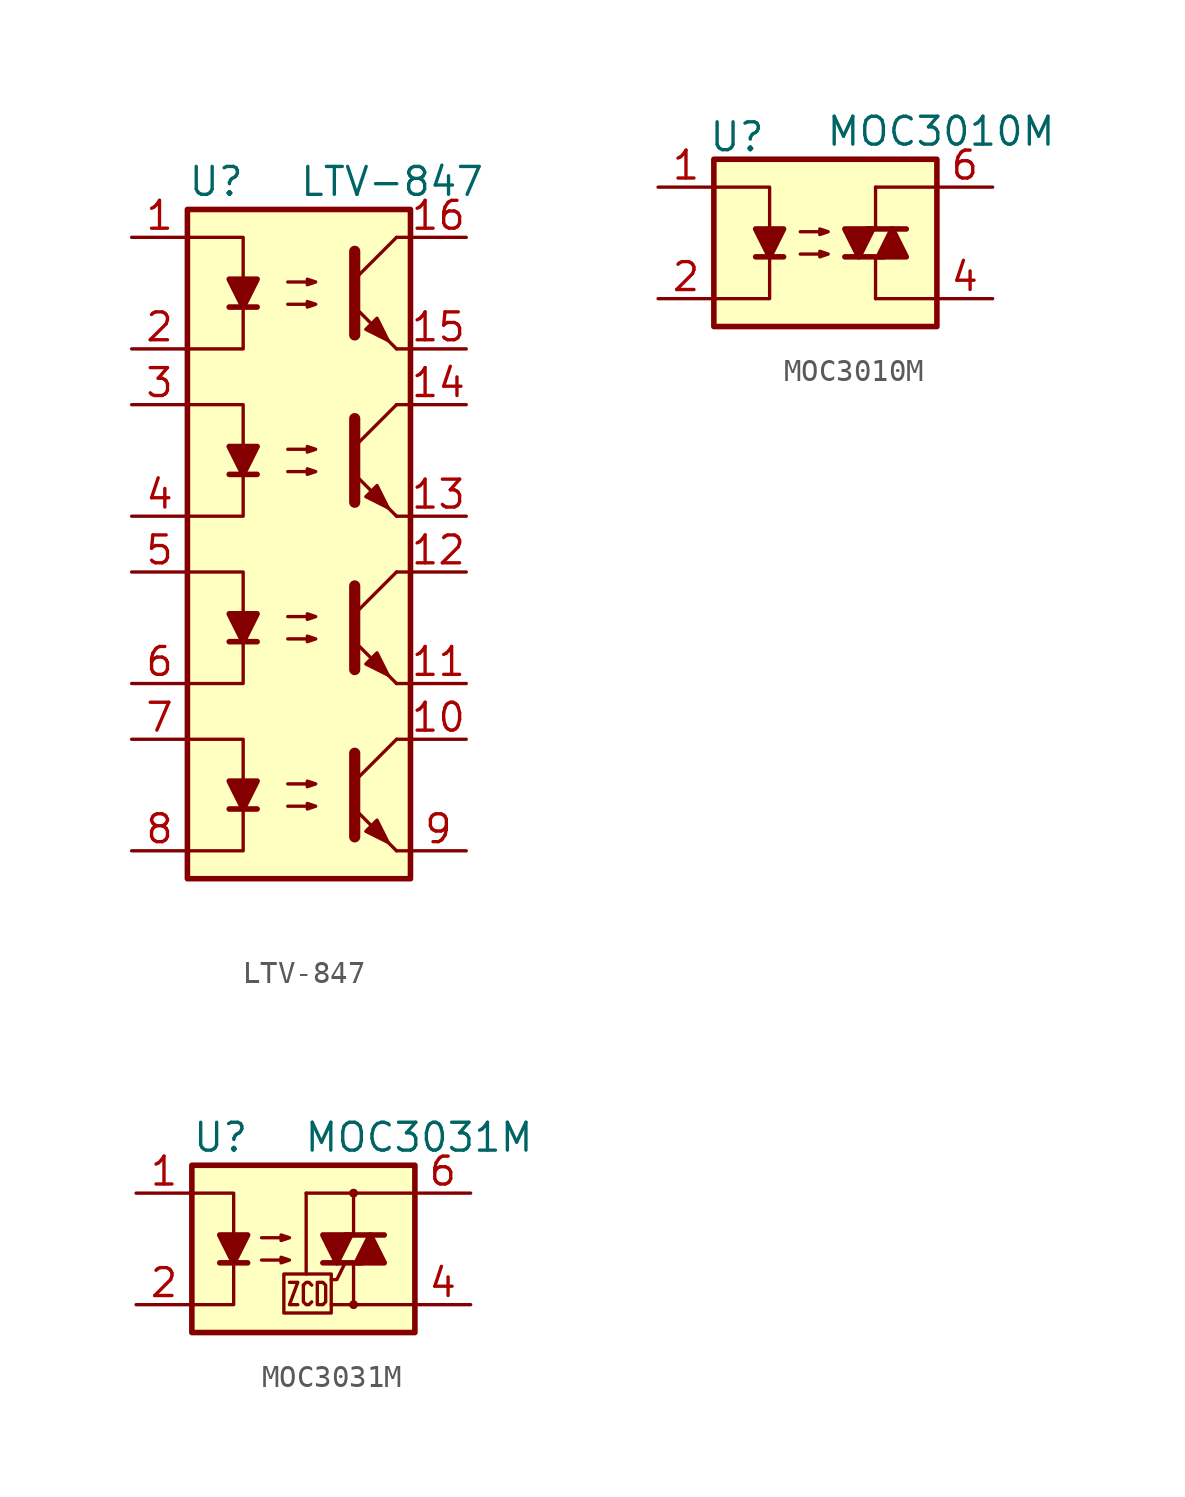
<source format=kicad_sym>
(kicad_symbol_lib
  (version 20211014)
  (generator kicad_symbol_editor)
  (symbol "LTV-847"
    (pin_names
      (offset 1.016))
    (property "Reference" "U"
      (at -5.08 17.78 0)
      (effects (font (size 1.27 1.27)) (justify left)))
    (property "Value" "LTV-847"
      (at 0 17.78 0)
      (effects (font (size 1.27 1.27)) (justify left)))
    (symbol "LTV-847_0_1"
      (rectangle (start -5.08 16.51) (end 5.08 -13.97) (stroke (width 0.254) (type default) (color 0 0 0 0)) (fill (type background)))
      (polyline (pts (xy -3.175 -10.795) (xy -1.905 -10.795)) (stroke (width 0.254) (type default) (color 0 0 0 0)) (fill (type none)))
      (polyline (pts (xy -3.175 -3.175) (xy -1.905 -3.175)) (stroke (width 0.254) (type default) (color 0 0 0 0)) (fill (type none)))
      (polyline (pts (xy -3.175 4.445) (xy -1.905 4.445)) (stroke (width 0.254) (type default) (color 0 0 0 0)) (fill (type none)))
      (polyline (pts (xy -3.175 12.065) (xy -1.905 12.065)) (stroke (width 0.254) (type default) (color 0 0 0 0)) (fill (type none)))
      (polyline (pts (xy 2.54 -9.525) (xy 4.445 -7.62)) (stroke (width 0) (type default) (color 0 0 0 0)) (fill (type none)))
      (polyline (pts (xy 2.54 -1.905) (xy 4.445 0)) (stroke (width 0) (type default) (color 0 0 0 0)) (fill (type none)))
      (polyline (pts (xy 2.54 5.715) (xy 4.445 7.62)) (stroke (width 0) (type default) (color 0 0 0 0)) (fill (type none)))
      (polyline (pts (xy 2.54 13.335) (xy 4.445 15.24)) (stroke (width 0) (type default) (color 0 0 0 0)) (fill (type none)))
      (polyline (pts (xy 4.445 -12.7) (xy 2.54 -10.795)) (stroke (width 0) (type default) (color 0 0 0 0)) (fill (type outline)))
      (polyline (pts (xy 4.445 -12.7) (xy 5.08 -12.7)) (stroke (width 0) (type default) (color 0 0 0 0)) (fill (type none)))
      (polyline (pts (xy 4.445 -7.62) (xy 5.08 -7.62)) (stroke (width 0) (type default) (color 0 0 0 0)) (fill (type none)))
      (polyline (pts (xy 4.445 -5.08) (xy 2.54 -3.175)) (stroke (width 0) (type default) (color 0 0 0 0)) (fill (type outline)))
      (polyline (pts (xy 4.445 -5.08) (xy 5.08 -5.08)) (stroke (width 0) (type default) (color 0 0 0 0)) (fill (type none)))
      (polyline (pts (xy 4.445 0) (xy 5.08 0)) (stroke (width 0) (type default) (color 0 0 0 0)) (fill (type none)))
      (polyline (pts (xy 4.445 2.54) (xy 2.54 4.445)) (stroke (width 0) (type default) (color 0 0 0 0)) (fill (type outline)))
      (polyline (pts (xy 4.445 2.54) (xy 5.08 2.54)) (stroke (width 0) (type default) (color 0 0 0 0)) (fill (type none)))
      (polyline (pts (xy 4.445 7.62) (xy 5.08 7.62)) (stroke (width 0) (type default) (color 0 0 0 0)) (fill (type none)))
      (polyline (pts (xy 4.445 10.16) (xy 2.54 12.065)) (stroke (width 0) (type default) (color 0 0 0 0)) (fill (type outline)))
      (polyline (pts (xy 4.445 10.16) (xy 5.08 10.16)) (stroke (width 0) (type default) (color 0 0 0 0)) (fill (type none)))
      (polyline (pts (xy 4.445 15.24) (xy 5.08 15.24)) (stroke (width 0) (type default) (color 0 0 0 0)) (fill (type none)))
      (polyline (pts (xy -5.08 -7.62) (xy -2.54 -7.62) (xy -2.54 -9.525)) (stroke (width 0) (type default) (color 0 0 0 0)) (fill (type none)))
      (polyline (pts (xy -5.08 0) (xy -2.54 0) (xy -2.54 -1.905)) (stroke (width 0) (type default) (color 0 0 0 0)) (fill (type none)))
      (polyline (pts (xy -5.08 7.62) (xy -2.54 7.62) (xy -2.54 5.715)) (stroke (width 0) (type default) (color 0 0 0 0)) (fill (type none)))
      (polyline (pts (xy -5.08 15.24) (xy -2.54 15.24) (xy -2.54 13.335)) (stroke (width 0) (type default) (color 0 0 0 0)) (fill (type none)))
      (polyline (pts (xy -2.54 -10.795) (xy -2.54 -12.7) (xy -5.08 -12.7)) (stroke (width 0) (type default) (color 0 0 0 0)) (fill (type none)))
      (polyline (pts (xy -2.54 -3.175) (xy -2.54 -5.08) (xy -5.08 -5.08)) (stroke (width 0) (type default) (color 0 0 0 0)) (fill (type none)))
      (polyline (pts (xy -2.54 4.445) (xy -2.54 2.54) (xy -5.08 2.54)) (stroke (width 0) (type default) (color 0 0 0 0)) (fill (type none)))
      (polyline (pts (xy -2.54 12.065) (xy -2.54 10.16) (xy -5.08 10.16)) (stroke (width 0) (type default) (color 0 0 0 0)) (fill (type none)))
      (polyline (pts (xy 2.54 -8.255) (xy 2.54 -12.065) (xy 2.54 -12.065)) (stroke (width 0.508) (type default) (color 0 0 0 0)) (fill (type none)))
      (polyline (pts (xy 2.54 -0.635) (xy 2.54 -4.445) (xy 2.54 -4.445)) (stroke (width 0.508) (type default) (color 0 0 0 0)) (fill (type none)))
      (polyline (pts (xy 2.54 6.985) (xy 2.54 3.175) (xy 2.54 3.175)) (stroke (width 0.508) (type default) (color 0 0 0 0)) (fill (type none)))
      (polyline (pts (xy 2.54 14.605) (xy 2.54 10.795) (xy 2.54 10.795)) (stroke (width 0.508) (type default) (color 0 0 0 0)) (fill (type none)))
      (polyline (pts (xy -2.54 -10.795) (xy -3.175 -9.525) (xy -1.905 -9.525) (xy -2.54 -10.795)) (stroke (width 0.254) (type default) (color 0 0 0 0)) (fill (type outline)))
      (polyline (pts (xy -2.54 -3.175) (xy -3.175 -1.905) (xy -1.905 -1.905) (xy -2.54 -3.175)) (stroke (width 0.254) (type default) (color 0 0 0 0)) (fill (type outline)))
      (polyline (pts (xy -2.54 4.445) (xy -3.175 5.715) (xy -1.905 5.715) (xy -2.54 4.445)) (stroke (width 0.254) (type default) (color 0 0 0 0)) (fill (type outline)))
      (polyline (pts (xy -2.54 12.065) (xy -3.175 13.335) (xy -1.905 13.335) (xy -2.54 12.065)) (stroke (width 0.254) (type default) (color 0 0 0 0)) (fill (type outline)))
      (polyline (pts (xy -0.508 -10.668) (xy 0.762 -10.668) (xy 0.381 -10.795) (xy 0.381 -10.541) (xy 0.762 -10.668)) (stroke (width 0) (type default) (color 0 0 0 0)) (fill (type none)))
      (polyline (pts (xy -0.508 -9.652) (xy 0.762 -9.652) (xy 0.381 -9.779) (xy 0.381 -9.525) (xy 0.762 -9.652)) (stroke (width 0) (type default) (color 0 0 0 0)) (fill (type none)))
      (polyline (pts (xy -0.508 -3.048) (xy 0.762 -3.048) (xy 0.381 -3.175) (xy 0.381 -2.921) (xy 0.762 -3.048)) (stroke (width 0) (type default) (color 0 0 0 0)) (fill (type none)))
      (polyline (pts (xy -0.508 -2.032) (xy 0.762 -2.032) (xy 0.381 -2.159) (xy 0.381 -1.905) (xy 0.762 -2.032)) (stroke (width 0) (type default) (color 0 0 0 0)) (fill (type none)))
      (polyline (pts (xy -0.508 4.572) (xy 0.762 4.572) (xy 0.381 4.445) (xy 0.381 4.699) (xy 0.762 4.572)) (stroke (width 0) (type default) (color 0 0 0 0)) (fill (type none)))
      (polyline (pts (xy -0.508 5.588) (xy 0.762 5.588) (xy 0.381 5.461) (xy 0.381 5.715) (xy 0.762 5.588)) (stroke (width 0) (type default) (color 0 0 0 0)) (fill (type none)))
      (polyline (pts (xy -0.508 12.192) (xy 0.762 12.192) (xy 0.381 12.065) (xy 0.381 12.319) (xy 0.762 12.192)) (stroke (width 0) (type default) (color 0 0 0 0)) (fill (type none)))
      (polyline (pts (xy -0.508 13.208) (xy 0.762 13.208) (xy 0.381 13.081) (xy 0.381 13.335) (xy 0.762 13.208)) (stroke (width 0) (type default) (color 0 0 0 0)) (fill (type none)))
      (polyline (pts (xy 3.048 -11.811) (xy 3.556 -11.303) (xy 4.064 -12.319) (xy 3.048 -11.811) (xy 3.048 -11.811)) (stroke (width 0) (type default) (color 0 0 0 0)) (fill (type outline)))
      (polyline (pts (xy 3.048 -4.191) (xy 3.556 -3.683) (xy 4.064 -4.699) (xy 3.048 -4.191) (xy 3.048 -4.191)) (stroke (width 0) (type default) (color 0 0 0 0)) (fill (type outline)))
      (polyline (pts (xy 3.048 3.429) (xy 3.556 3.937) (xy 4.064 2.921) (xy 3.048 3.429) (xy 3.048 3.429)) (stroke (width 0) (type default) (color 0 0 0 0)) (fill (type outline)))
      (polyline (pts (xy 3.048 11.049) (xy 3.556 11.557) (xy 4.064 10.541) (xy 3.048 11.049) (xy 3.048 11.049)) (stroke (width 0) (type default) (color 0 0 0 0)) (fill (type outline))))
    (symbol "LTV-847_1_1"
      (pin passive line (at -7.62 15.24 0) (length 2.54) (name "~" (effects (font (size 1.27 1.27)))) (number "1" (effects (font (size 1.27 1.27)))))
      (pin passive line (at 7.62 -7.62 180) (length 2.54) (name "~" (effects (font (size 1.27 1.27)))) (number "10" (effects (font (size 1.27 1.27)))))
      (pin passive line (at 7.62 -5.08 180) (length 2.54) (name "~" (effects (font (size 1.27 1.27)))) (number "11" (effects (font (size 1.27 1.27)))))
      (pin passive line (at 7.62 0 180) (length 2.54) (name "~" (effects (font (size 1.27 1.27)))) (number "12" (effects (font (size 1.27 1.27)))))
      (pin passive line (at 7.62 2.54 180) (length 2.54) (name "~" (effects (font (size 1.27 1.27)))) (number "13" (effects (font (size 1.27 1.27)))))
      (pin passive line (at 7.62 7.62 180) (length 2.54) (name "~" (effects (font (size 1.27 1.27)))) (number "14" (effects (font (size 1.27 1.27)))))
      (pin passive line (at 7.62 10.16 180) (length 2.54) (name "~" (effects (font (size 1.27 1.27)))) (number "15" (effects (font (size 1.27 1.27)))))
      (pin passive line (at 7.62 15.24 180) (length 2.54) (name "~" (effects (font (size 1.27 1.27)))) (number "16" (effects (font (size 1.27 1.27)))))
      (pin passive line (at -7.62 10.16 0) (length 2.54) (name "~" (effects (font (size 1.27 1.27)))) (number "2" (effects (font (size 1.27 1.27)))))
      (pin passive line (at -7.62 7.62 0) (length 2.54) (name "~" (effects (font (size 1.27 1.27)))) (number "3" (effects (font (size 1.27 1.27)))))
      (pin passive line (at -7.62 2.54 0) (length 2.54) (name "~" (effects (font (size 1.27 1.27)))) (number "4" (effects (font (size 1.27 1.27)))))
      (pin passive line (at -7.62 0 0) (length 2.54) (name "~" (effects (font (size 1.27 1.27)))) (number "5" (effects (font (size 1.27 1.27)))))
      (pin passive line (at -7.62 -5.08 0) (length 2.54) (name "~" (effects (font (size 1.27 1.27)))) (number "6" (effects (font (size 1.27 1.27)))))
      (pin passive line (at -7.62 -7.62 0) (length 2.54) (name "~" (effects (font (size 1.27 1.27)))) (number "7" (effects (font (size 1.27 1.27)))))
      (pin passive line (at -7.62 -12.7 0) (length 2.54) (name "~" (effects (font (size 1.27 1.27)))) (number "8" (effects (font (size 1.27 1.27)))))
      (pin passive line (at 7.62 -12.7 180) (length 2.54) (name "~" (effects (font (size 1.27 1.27)))) (number "9" (effects (font (size 1.27 1.27)))))))
  (symbol "MOC3010M"
    (pin_names
      (offset 1.016))
    (property "Reference" "U"
      (at -5.334 4.826 0)
      (effects (font (size 1.27 1.27)) (justify left)))
    (property "Value" "MOC3010M"
      (at 0 5.08 0)
      (effects (font (size 1.27 1.27)) (justify left)))
    (symbol "MOC3010M_0_1"
      (rectangle (start -5.08 3.81) (end 5.08 -3.81) (stroke (width 0.254) (type default) (color 0 0 0 0)) (fill (type background)))
      (polyline (pts (xy -3.175 -0.635) (xy -1.905 -0.635)) (stroke (width 0.254) (type default) (color 0 0 0 0)) (fill (type none)))
      (polyline (pts (xy 1.905 0.635) (xy 3.683 0.635)) (stroke (width 0.254) (type default) (color 0 0 0 0)) (fill (type none)))
      (polyline (pts (xy 2.286 -2.54) (xy 2.286 -0.635)) (stroke (width 0) (type default) (color 0 0 0 0)) (fill (type none)))
      (polyline (pts (xy 2.286 -2.54) (xy 5.08 -2.54)) (stroke (width 0) (type default) (color 0 0 0 0)) (fill (type none)))
      (polyline (pts (xy 2.286 2.54) (xy 2.286 0.635)) (stroke (width 0) (type default) (color 0 0 0 0)) (fill (type none)))
      (polyline (pts (xy 2.286 2.54) (xy 5.08 2.54)) (stroke (width 0) (type default) (color 0 0 0 0)) (fill (type none)))
      (polyline (pts (xy 2.667 -0.635) (xy 0.889 -0.635)) (stroke (width 0.254) (type default) (color 0 0 0 0)) (fill (type none)))
      (polyline (pts (xy -5.08 2.54) (xy -2.54 2.54) (xy -2.54 0.635)) (stroke (width 0) (type default) (color 0 0 0 0)) (fill (type none)))
      (polyline (pts (xy -2.54 -0.635) (xy -2.54 -2.54) (xy -5.08 -2.54)) (stroke (width 0) (type default) (color 0 0 0 0)) (fill (type none)))
      (polyline (pts (xy -2.54 -0.635) (xy -3.175 0.635) (xy -1.905 0.635) (xy -2.54 -0.635)) (stroke (width 0.254) (type default) (color 0 0 0 0)) (fill (type outline)))
      (polyline (pts (xy 1.524 -0.635) (xy 2.159 0.635) (xy 0.889 0.635) (xy 1.524 -0.635)) (stroke (width 0.254) (type default) (color 0 0 0 0)) (fill (type outline)))
      (polyline (pts (xy 3.048 0.635) (xy 2.413 -0.635) (xy 3.683 -0.635) (xy 3.048 0.635)) (stroke (width 0.254) (type default) (color 0 0 0 0)) (fill (type outline)))
      (polyline (pts (xy -1.143 -0.508) (xy 0.127 -0.508) (xy -0.254 -0.635) (xy -0.254 -0.381) (xy 0.127 -0.508)) (stroke (width 0) (type default) (color 0 0 0 0)) (fill (type none)))
      (polyline (pts (xy -1.143 0.508) (xy 0.127 0.508) (xy -0.254 0.381) (xy -0.254 0.635) (xy 0.127 0.508)) (stroke (width 0) (type default) (color 0 0 0 0)) (fill (type none))))
    (symbol "MOC3010M_1_1"
      (pin passive line (at -7.62 2.54 0) (length 2.54) (name "~" (effects (font (size 1.27 1.27)))) (number "1" (effects (font (size 1.27 1.27)))))
      (pin passive line (at -7.62 -2.54 0) (length 2.54) (name "~" (effects (font (size 1.27 1.27)))) (number "2" (effects (font (size 1.27 1.27)))))
      (pin no_connect line (at -7.62 0 0) (length 2.54) hide (name "NC" (effects (font (size 1.27 1.27)))) (number "3" (effects (font (size 1.27 1.27)))))
      (pin passive line (at 7.62 -2.54 180) (length 2.54) (name "~" (effects (font (size 1.27 1.27)))) (number "4" (effects (font (size 1.27 1.27)))))
      (pin no_connect line (at 7.62 0 180) (length 2.54) hide (name "NC" (effects (font (size 1.27 1.27)))) (number "5" (effects (font (size 1.27 1.27)))))
      (pin passive line (at 7.62 2.54 180) (length 2.54) (name "~" (effects (font (size 1.27 1.27)))) (number "6" (effects (font (size 1.27 1.27)))))))
  (symbol "MOC3031M"
    (pin_names
      (offset 1.016))
    (property "Reference" "U"
      (at -5.08 5.08 0)
      (effects (font (size 1.27 1.27)) (justify left)))
    (property "Value" "MOC3031M"
      (at 0 5.08 0)
      (effects (font (size 1.27 1.27)) (justify left)))
    (symbol "MOC3031M_0_1"
      (rectangle (start -5.08 3.81) (end 5.08 -3.81) (stroke (width 0.254) (type default) (color 0 0 0 0)) (fill (type background)))
      (polyline (pts (xy -3.81 -0.635) (xy -2.54 -0.635)) (stroke (width 0.254) (type default) (color 0 0 0 0)) (fill (type none)))
      (polyline (pts (xy 0.127 -1.143) (xy 0.127 2.54)) (stroke (width 0) (type default) (color 0 0 0 0)) (fill (type none)))
      (polyline (pts (xy 0.127 2.54) (xy 2.286 2.54)) (stroke (width 0) (type default) (color 0 0 0 0)) (fill (type none)))
      (polyline (pts (xy 1.905 0.635) (xy 3.683 0.635)) (stroke (width 0.254) (type default) (color 0 0 0 0)) (fill (type none)))
      (polyline (pts (xy 2.286 -2.54) (xy 1.27 -2.54)) (stroke (width 0) (type default) (color 0 0 0 0)) (fill (type none)))
      (polyline (pts (xy 2.286 -2.54) (xy 2.286 -0.635)) (stroke (width 0) (type default) (color 0 0 0 0)) (fill (type none)))
      (polyline (pts (xy 2.286 -2.54) (xy 5.08 -2.54)) (stroke (width 0) (type default) (color 0 0 0 0)) (fill (type none)))
      (polyline (pts (xy 2.286 2.54) (xy 2.286 0.635)) (stroke (width 0) (type default) (color 0 0 0 0)) (fill (type none)))
      (polyline (pts (xy 2.286 2.54) (xy 5.08 2.54)) (stroke (width 0) (type default) (color 0 0 0 0)) (fill (type none)))
      (polyline (pts (xy 2.667 -0.635) (xy 0.889 -0.635)) (stroke (width 0.254) (type default) (color 0 0 0 0)) (fill (type none)))
      (polyline (pts (xy -5.08 2.54) (xy -3.175 2.54) (xy -3.175 0.635)) (stroke (width 0) (type default) (color 0 0 0 0)) (fill (type none)))
      (polyline (pts (xy -3.175 -0.635) (xy -3.175 -2.54) (xy -5.08 -2.54)) (stroke (width 0) (type default) (color 0 0 0 0)) (fill (type none)))
      (polyline (pts (xy 1.905 -0.635) (xy 1.524 -1.397) (xy 1.27 -1.397)) (stroke (width 0) (type default) (color 0 0 0 0)) (fill (type none)))
      (polyline (pts (xy -3.175 -0.635) (xy -3.81 0.635) (xy -2.54 0.635) (xy -3.175 -0.635)) (stroke (width 0.254) (type default) (color 0 0 0 0)) (fill (type outline)))
      (polyline (pts (xy -0.635 -1.524) (xy -0.254 -1.524) (xy -0.635 -2.54) (xy -0.254 -2.54)) (stroke (width 0) (type default) (color 0 0 0 0)) (fill (type none)))
      (polyline (pts (xy 0 -1.651) (xy 0.127 -1.524) (xy 0.254 -1.524) (xy 0.381 -1.651)) (stroke (width 0) (type default) (color 0 0 0 0)) (fill (type none)))
      (polyline (pts (xy 1.524 -0.635) (xy 2.159 0.635) (xy 0.889 0.635) (xy 1.524 -0.635)) (stroke (width 0.254) (type default) (color 0 0 0 0)) (fill (type outline)))
      (polyline (pts (xy 3.048 0.635) (xy 2.413 -0.635) (xy 3.683 -0.635) (xy 3.048 0.635)) (stroke (width 0.254) (type default) (color 0 0 0 0)) (fill (type outline)))
      (polyline (pts (xy -1.905 -0.508) (xy -0.635 -0.508) (xy -1.016 -0.635) (xy -1.016 -0.381) (xy -0.635 -0.508)) (stroke (width 0) (type default) (color 0 0 0 0)) (fill (type none)))
      (polyline (pts (xy -1.905 0.508) (xy -0.635 0.508) (xy -1.016 0.381) (xy -1.016 0.635) (xy -0.635 0.508)) (stroke (width 0) (type default) (color 0 0 0 0)) (fill (type none)))
      (polyline (pts (xy -0.889 -1.143) (xy -0.889 -2.921) (xy 1.27 -2.921) (xy 1.27 -1.143) (xy -0.889 -1.143)) (stroke (width 0) (type default) (color 0 0 0 0)) (fill (type none)))
      (polyline (pts (xy 0.381 -2.413) (xy 0.254 -2.54) (xy 0.127 -2.54) (xy 0 -2.413) (xy 0 -1.651)) (stroke (width 0) (type default) (color 0 0 0 0)) (fill (type none)))
      (polyline (pts (xy 0.635 -1.524) (xy 0.635 -2.54) (xy 0.889 -2.54) (xy 1.016 -2.413) (xy 1.016 -1.651) (xy 0.889 -1.524) (xy 0.635 -1.524)) (stroke (width 0) (type default) (color 0 0 0 0)) (fill (type none)))
      (circle (center 2.286 -2.54) (radius 0.127) (stroke (width 0) (type default) (color 0 0 0 0)) (fill (type none)))
      (circle (center 2.286 2.54) (radius 0.127) (stroke (width 0) (type default) (color 0 0 0 0)) (fill (type none))))
    (symbol "MOC3031M_1_1"
      (pin passive line (at -7.62 2.54 0) (length 2.54) (name "~" (effects (font (size 1.27 1.27)))) (number "1" (effects (font (size 1.27 1.27)))))
      (pin passive line (at -7.62 -2.54 0) (length 2.54) (name "~" (effects (font (size 1.27 1.27)))) (number "2" (effects (font (size 1.27 1.27)))))
      (pin no_connect line (at -7.62 0 0) (length 2.54) hide (name "NC" (effects (font (size 1.27 1.27)))) (number "3" (effects (font (size 1.27 1.27)))))
      (pin passive line (at 7.62 -2.54 180) (length 2.54) (name "~" (effects (font (size 1.27 1.27)))) (number "4" (effects (font (size 1.27 1.27)))))
      (pin no_connect line (at 7.62 0 180) (length 2.54) hide (name "NC" (effects (font (size 1.27 1.27)))) (number "5" (effects (font (size 1.27 1.27)))))
      (pin passive line (at 7.62 2.54 180) (length 2.54) (name "~" (effects (font (size 1.27 1.27)))) (number "6" (effects (font (size 1.27 1.27))))))))
</source>
